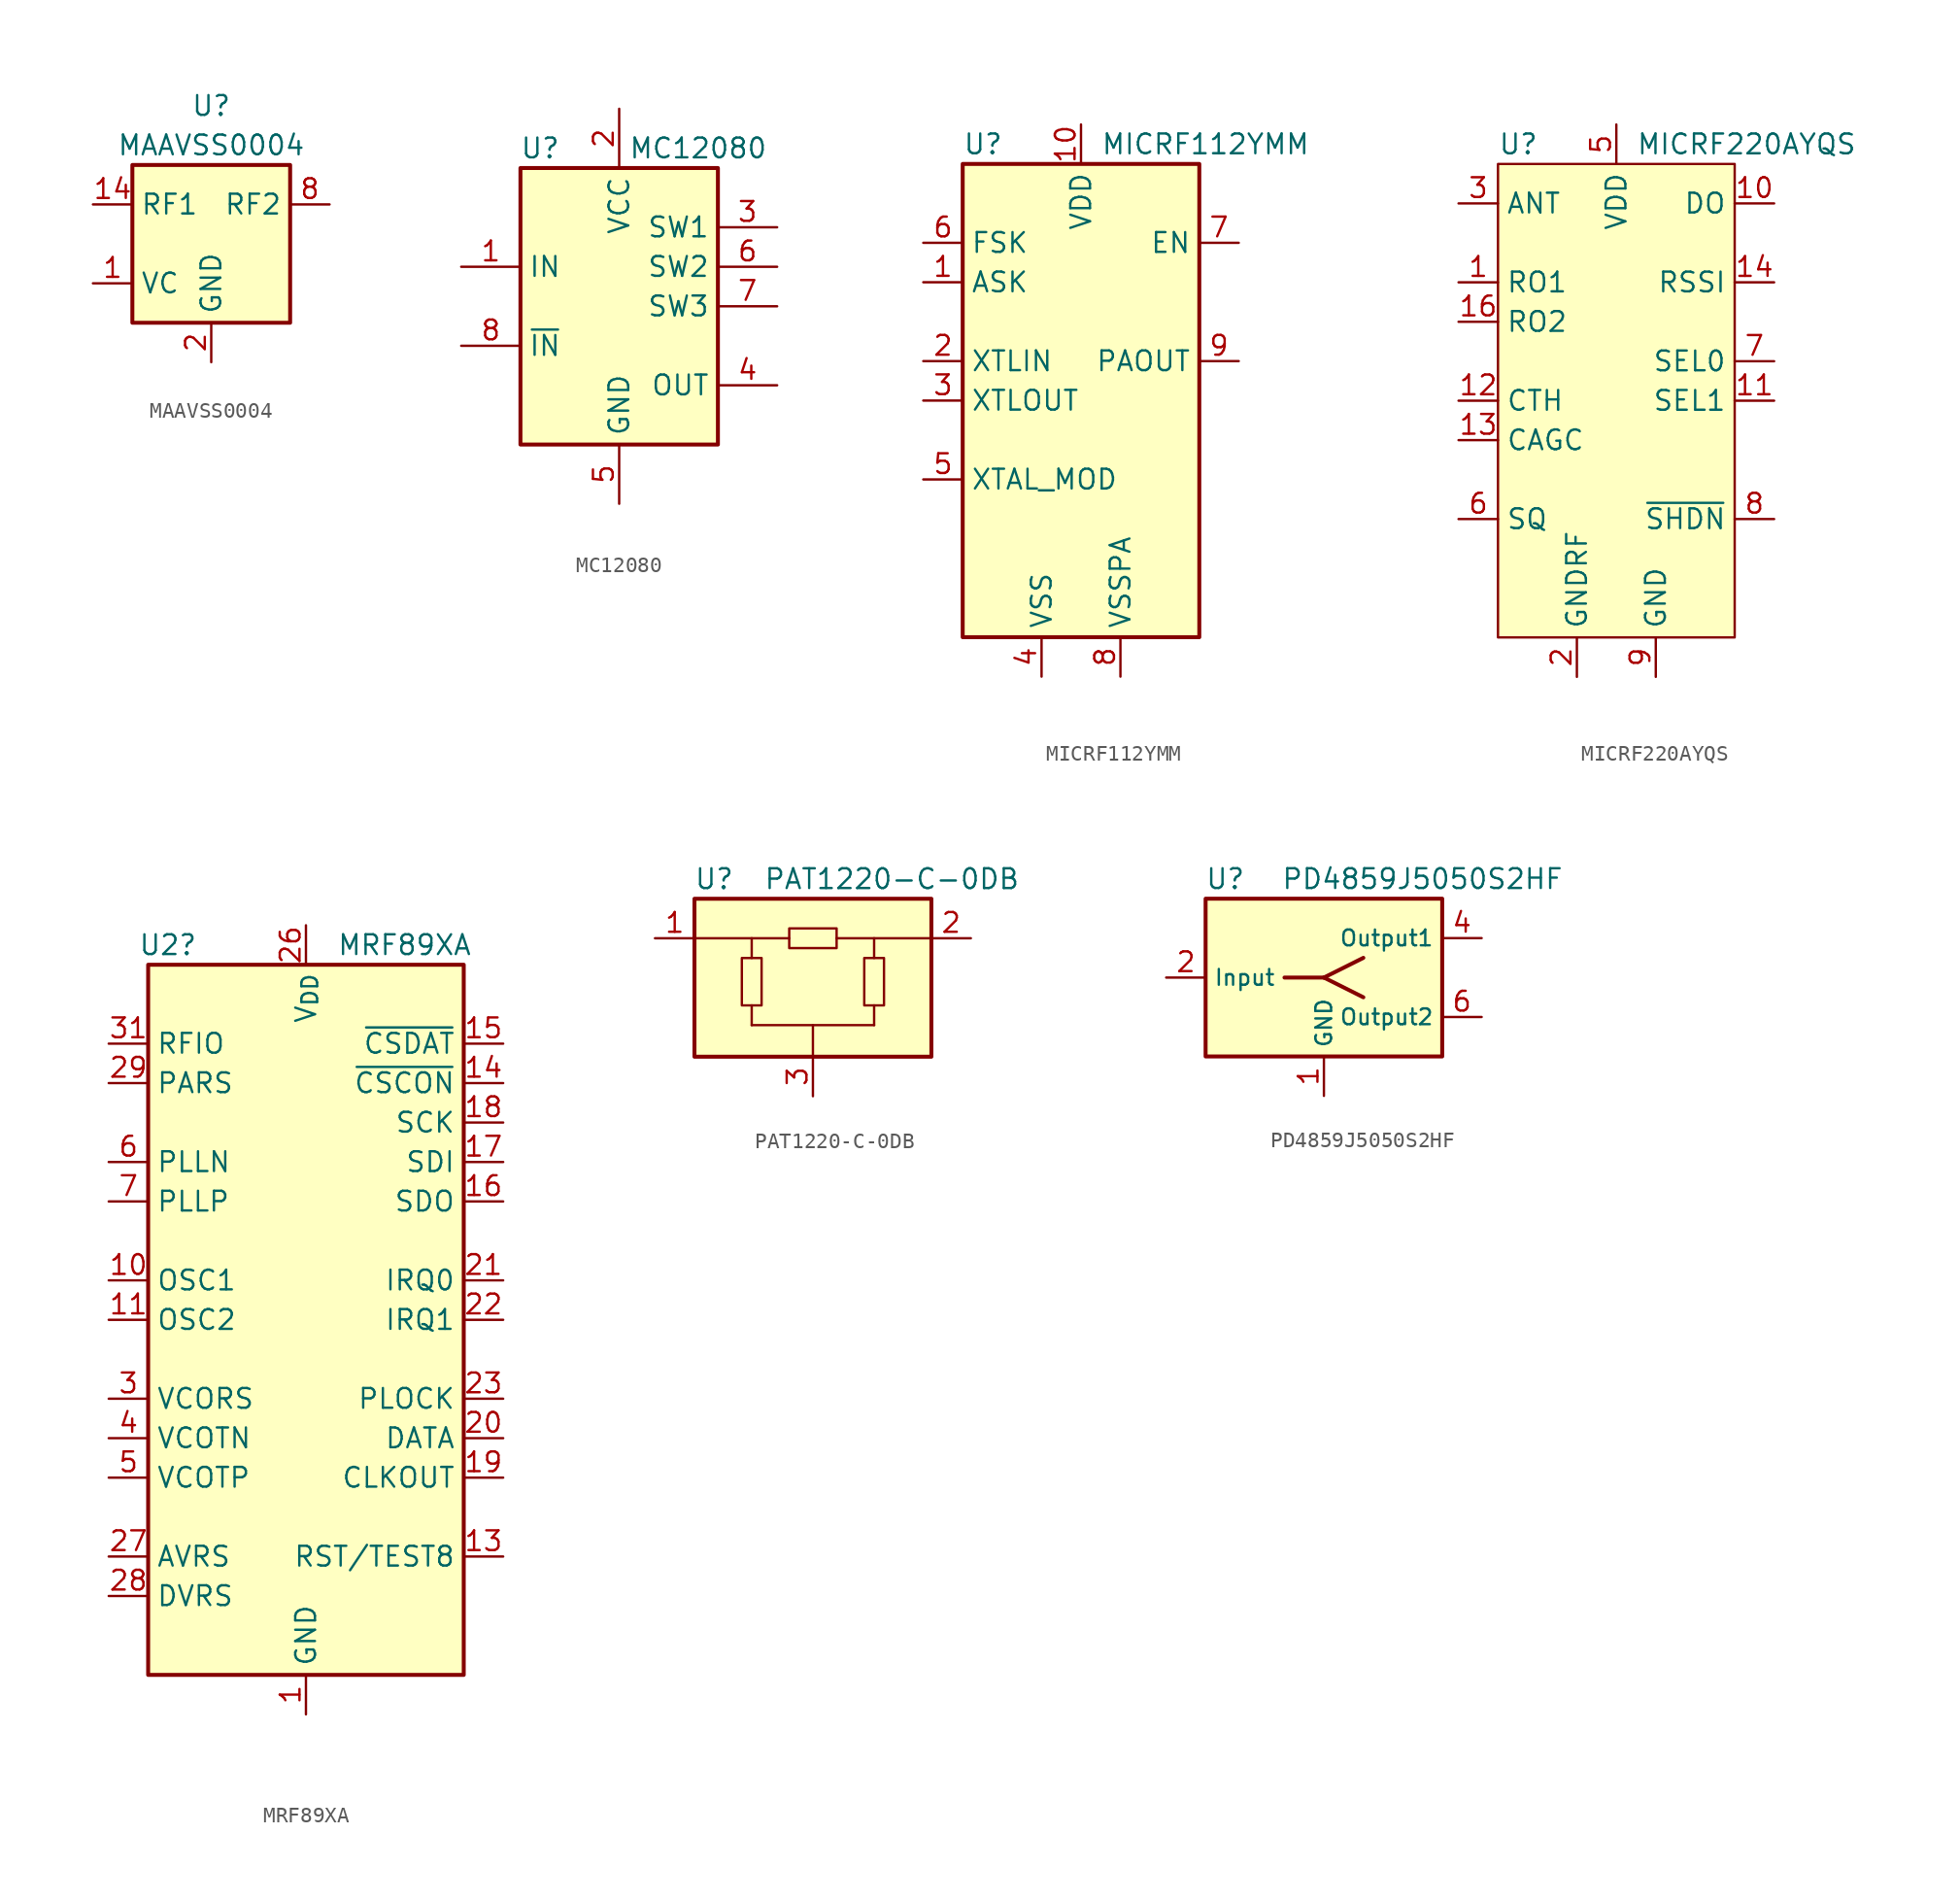
<source format=kicad_sym>
(kicad_symbol_lib
  (version 20241209)
  (generator "kicad_symbol_editor")
  (generator_version "9.0")
  (symbol "MAAVSS0004"
    (property "Reference" "U"
      (at 0 8.89 0)
      (effects (font (size 1.27 1.27))))
    (property "Value" "MAAVSS0004"
      (at 0 6.35 0)
      (effects (font (size 1.27 1.27))))
    (symbol "MAAVSS0004_0_1"
      (rectangle (start -5.08 5.08) (end 5.08 -5.08) (stroke (width 0.254) (type default)) (fill (type background))))
    (symbol "MAAVSS0004_1_1"
      (pin passive line (at -7.62 2.54 0) (length 2.54) (name "RF1" (effects (font (size 1.27 1.27)))) (number "14" (effects (font (size 1.27 1.27)))))
      (pin input line (at -7.62 -2.54 0) (length 2.54) (name "VC" (effects (font (size 1.27 1.27)))) (number "1" (effects (font (size 1.27 1.27)))))
      (pin passive line (at 0 -7.62 90) (length 2.54) (hide yes) (name "GND" (effects (font (size 1.27 1.27)))) (number "10" (effects (font (size 1.27 1.27)))))
      (pin passive line (at 0 -7.62 90) (length 2.54) (hide yes) (name "GND" (effects (font (size 1.27 1.27)))) (number "11" (effects (font (size 1.27 1.27)))))
      (pin passive line (at 0 -7.62 90) (length 2.54) (hide yes) (name "GND" (effects (font (size 1.27 1.27)))) (number "12" (effects (font (size 1.27 1.27)))))
      (pin passive line (at 0 -7.62 90) (length 2.54) (hide yes) (name "GND" (effects (font (size 1.27 1.27)))) (number "13" (effects (font (size 1.27 1.27)))))
      (pin power_in line (at 0 -7.62 90) (length 2.54) (name "GND" (effects (font (size 1.27 1.27)))) (number "2" (effects (font (size 1.27 1.27)))))
      (pin passive line (at 0 -7.62 90) (length 2.54) (hide yes) (name "GND" (effects (font (size 1.27 1.27)))) (number "3" (effects (font (size 1.27 1.27)))))
      (pin passive line (at 0 -7.62 90) (length 2.54) (hide yes) (name "GND" (effects (font (size 1.27 1.27)))) (number "4" (effects (font (size 1.27 1.27)))))
      (pin passive line (at 0 -7.62 90) (length 2.54) (hide yes) (name "GND" (effects (font (size 1.27 1.27)))) (number "5" (effects (font (size 1.27 1.27)))))
      (pin passive line (at 0 -7.62 90) (length 2.54) (hide yes) (name "GND" (effects (font (size 1.27 1.27)))) (number "6" (effects (font (size 1.27 1.27)))))
      (pin passive line (at 0 -7.62 90) (length 2.54) (hide yes) (name "GND" (effects (font (size 1.27 1.27)))) (number "7" (effects (font (size 1.27 1.27)))))
      (pin passive line (at 0 -7.62 90) (length 2.54) (hide yes) (name "GND" (effects (font (size 1.27 1.27)))) (number "9" (effects (font (size 1.27 1.27)))))
      (pin passive line (at 7.62 2.54 180) (length 2.54) (name "RF2" (effects (font (size 1.27 1.27)))) (number "8" (effects (font (size 1.27 1.27)))))))
  (symbol "MC12080"
    (property "Reference" "U"
      (at -5.08 10.16 0)
      (effects (font (size 1.27 1.27))))
    (property "Value" "MC12080"
      (at 5.08 10.16 0)
      (effects (font (size 1.27 1.27))))
    (symbol "MC12080_0_1"
      (rectangle (start -6.35 8.89) (end 6.35 -8.89) (stroke (width 0.254) (type default)) (fill (type background))))
    (symbol "MC12080_1_1"
      (pin input line (at -10.16 2.54 0) (length 3.81) (name "IN" (effects (font (size 1.27 1.27)))) (number "1" (effects (font (size 1.27 1.27)))))
      (pin input line (at -10.16 -2.54 0) (length 3.81) (name "~{IN}" (effects (font (size 1.27 1.27)))) (number "8" (effects (font (size 1.27 1.27)))))
      (pin power_in line (at 0 12.7 270) (length 3.81) (name "VCC" (effects (font (size 1.27 1.27)))) (number "2" (effects (font (size 1.27 1.27)))))
      (pin power_in line (at 0 -12.7 90) (length 3.81) (name "GND" (effects (font (size 1.27 1.27)))) (number "5" (effects (font (size 1.27 1.27)))))
      (pin input line (at 10.16 5.08 180) (length 3.81) (name "SW1" (effects (font (size 1.27 1.27)))) (number "3" (effects (font (size 1.27 1.27)))))
      (pin input line (at 10.16 2.54 180) (length 3.81) (name "SW2" (effects (font (size 1.27 1.27)))) (number "6" (effects (font (size 1.27 1.27)))))
      (pin input line (at 10.16 0 180) (length 3.81) (name "SW3" (effects (font (size 1.27 1.27)))) (number "7" (effects (font (size 1.27 1.27)))))
      (pin output line (at 10.16 -5.08 180) (length 3.81) (name "OUT" (effects (font (size 1.27 1.27)))) (number "4" (effects (font (size 1.27 1.27)))))))
  (symbol "MICRF112YMM"
    (property "Reference" "U"
      (at -7.62 16.51 0)
      (effects (font (size 1.27 1.27)) (justify left)))
    (property "Value" "MICRF112YMM"
      (at 1.27 16.51 0)
      (effects (font (size 1.27 1.27)) (justify left)))
    (symbol "MICRF112YMM_0_1"
      (polyline (pts (xy 7.62 15.24) (xy -7.62 15.24) (xy -7.62 -15.24) (xy 7.62 -15.24) (xy 7.62 15.24)) (stroke (width 0.254) (type default)) (fill (type background))))
    (symbol "MICRF112YMM_1_1"
      (pin input line (at -10.16 10.16 0) (length 2.54) (name "FSK" (effects (font (size 1.27 1.27)))) (number "6" (effects (font (size 1.27 1.27)))))
      (pin input line (at -10.16 7.62 0) (length 2.54) (name "ASK" (effects (font (size 1.27 1.27)))) (number "1" (effects (font (size 1.27 1.27)))))
      (pin input line (at -10.16 2.54 0) (length 2.54) (name "XTLIN" (effects (font (size 1.27 1.27)))) (number "2" (effects (font (size 1.27 1.27)))))
      (pin output line (at -10.16 0 0) (length 2.54) (name "XTLOUT" (effects (font (size 1.27 1.27)))) (number "3" (effects (font (size 1.27 1.27)))))
      (pin passive line (at -10.16 -5.08 0) (length 2.54) (name "XTAL_MOD" (effects (font (size 1.27 1.27)))) (number "5" (effects (font (size 1.27 1.27)))))
      (pin power_in line (at -2.54 -17.78 90) (length 2.54) (name "VSS" (effects (font (size 1.27 1.27)))) (number "4" (effects (font (size 1.27 1.27)))))
      (pin power_in line (at 0 17.78 270) (length 2.54) (name "VDD" (effects (font (size 1.27 1.27)))) (number "10" (effects (font (size 1.27 1.27)))))
      (pin power_in line (at 2.54 -17.78 90) (length 2.54) (name "VSSPA" (effects (font (size 1.27 1.27)))) (number "8" (effects (font (size 1.27 1.27)))))
      (pin input line (at 10.16 10.16 180) (length 2.54) (name "EN" (effects (font (size 1.27 1.27)))) (number "7" (effects (font (size 1.27 1.27)))))
      (pin output line (at 10.16 2.54 180) (length 2.54) (name "PAOUT" (effects (font (size 1.27 1.27)))) (number "9" (effects (font (size 1.27 1.27)))))))
  (symbol "MICRF220AYQS"
    (property "Reference" "U"
      (at -7.62 16.51 0)
      (effects (font (size 1.27 1.27)) (justify left)))
    (property "Value" "MICRF220AYQS"
      (at 1.27 16.51 0)
      (effects (font (size 1.27 1.27)) (justify left)))
    (symbol "MICRF220AYQS_0_1"
      (polyline (pts (xy -7.62 15.24) (xy 7.62 15.24) (xy 7.62 -15.24) (xy -7.62 -15.24) (xy -7.62 15.24)) (stroke (width 0) (type default)) (fill (type background))))
    (symbol "MICRF220AYQS_1_1"
      (pin input line (at -10.16 12.7 0) (length 2.54) (name "ANT" (effects (font (size 1.27 1.27)))) (number "3" (effects (font (size 1.27 1.27)))))
      (pin input line (at -10.16 7.62 0) (length 2.54) (name "RO1" (effects (font (size 1.27 1.27)))) (number "1" (effects (font (size 1.27 1.27)))))
      (pin output line (at -10.16 5.08 0) (length 2.54) (name "RO2" (effects (font (size 1.27 1.27)))) (number "16" (effects (font (size 1.27 1.27)))))
      (pin input line (at -10.16 0 0) (length 2.54) (name "CTH" (effects (font (size 1.27 1.27)))) (number "12" (effects (font (size 1.27 1.27)))))
      (pin input line (at -10.16 -2.54 0) (length 2.54) (name "CAGC" (effects (font (size 1.27 1.27)))) (number "13" (effects (font (size 1.27 1.27)))))
      (pin input line (at -10.16 -7.62 0) (length 2.54) (name "SQ" (effects (font (size 1.27 1.27)))) (number "6" (effects (font (size 1.27 1.27)))))
      (pin power_in line (at -2.54 -17.78 90) (length 2.54) (name "GNDRF" (effects (font (size 1.27 1.27)))) (number "2" (effects (font (size 1.27 1.27)))))
      (pin passive line (at -2.54 -17.78 90) (length 2.54) (hide yes) (name "GNDRF" (effects (font (size 1.27 1.27)))) (number "4" (effects (font (size 1.27 1.27)))))
      (pin power_in line (at 0 17.78 270) (length 2.54) (name "VDD" (effects (font (size 1.27 1.27)))) (number "5" (effects (font (size 1.27 1.27)))))
      (pin power_in line (at 2.54 -17.78 90) (length 2.54) (name "GND" (effects (font (size 1.27 1.27)))) (number "9" (effects (font (size 1.27 1.27)))))
      (pin no_connect line (at 7.62 -5.08 180) (length 2.54) (hide yes) (name "NC" (effects (font (size 1.27 1.27)))) (number "15" (effects (font (size 1.27 1.27)))))
      (pin output line (at 10.16 12.7 180) (length 2.54) (name "DO" (effects (font (size 1.27 1.27)))) (number "10" (effects (font (size 1.27 1.27)))))
      (pin output line (at 10.16 7.62 180) (length 2.54) (name "RSSI" (effects (font (size 1.27 1.27)))) (number "14" (effects (font (size 1.27 1.27)))))
      (pin input line (at 10.16 2.54 180) (length 2.54) (name "SEL0" (effects (font (size 1.27 1.27)))) (number "7" (effects (font (size 1.27 1.27)))))
      (pin input line (at 10.16 0 180) (length 2.54) (name "SEL1" (effects (font (size 1.27 1.27)))) (number "11" (effects (font (size 1.27 1.27)))))
      (pin input line (at 10.16 -7.62 180) (length 2.54) (name "~{SHDN}" (effects (font (size 1.27 1.27)))) (number "8" (effects (font (size 1.27 1.27)))))))
  (symbol "MRF89XA"
    (property "Reference" "U2"
      (at -8.89 24.13 0)
      (effects (font (size 1.27 1.27))))
    (property "Value" "MRF89XA"
      (at 6.35 24.13 0)
      (effects (font (size 1.27 1.27))))
    (symbol "MRF89XA_0_1"
      (rectangle (start -10.16 22.86) (end 10.16 -22.86) (stroke (width 0.254) (type default)) (fill (type background))))
    (symbol "MRF89XA_1_1"
      (pin bidirectional line (at -12.7 17.78 0) (length 2.54) (name "RFIO" (effects (font (size 1.27 1.27)))) (number "31" (effects (font (size 1.27 1.27)))))
      (pin power_out line (at -12.7 15.24 0) (length 2.54) (name "PARS" (effects (font (size 1.27 1.27)))) (number "29" (effects (font (size 1.27 1.27)))))
      (pin passive line (at -12.7 10.16 0) (length 2.54) (name "PLLN" (effects (font (size 1.27 1.27)))) (number "6" (effects (font (size 1.27 1.27)))))
      (pin passive line (at -12.7 7.62 0) (length 2.54) (name "PLLP" (effects (font (size 1.27 1.27)))) (number "7" (effects (font (size 1.27 1.27)))))
      (pin passive line (at -12.7 2.54 0) (length 2.54) (name "OSC1" (effects (font (size 1.27 1.27)))) (number "10" (effects (font (size 1.27 1.27)))))
      (pin passive line (at -12.7 0 0) (length 2.54) (name "OSC2" (effects (font (size 1.27 1.27)))) (number "11" (effects (font (size 1.27 1.27)))))
      (pin power_out line (at -12.7 -5.08 0) (length 2.54) (name "VCORS" (effects (font (size 1.27 1.27)))) (number "3" (effects (font (size 1.27 1.27)))))
      (pin passive line (at -12.7 -7.62 0) (length 2.54) (name "VCOTN" (effects (font (size 1.27 1.27)))) (number "4" (effects (font (size 1.27 1.27)))))
      (pin passive line (at -12.7 -10.16 0) (length 2.54) (name "VCOTP" (effects (font (size 1.27 1.27)))) (number "5" (effects (font (size 1.27 1.27)))))
      (pin power_out line (at -12.7 -15.24 0) (length 2.54) (name "AVRS" (effects (font (size 1.27 1.27)))) (number "27" (effects (font (size 1.27 1.27)))))
      (pin power_out line (at -12.7 -17.78 0) (length 2.54) (name "DVRS" (effects (font (size 1.27 1.27)))) (number "28" (effects (font (size 1.27 1.27)))))
      (pin power_in line (at 0 25.4 270) (length 2.54) (name "V_{DD}" (effects (font (size 1.27 1.27)))) (number "26" (effects (font (size 1.27 1.27)))))
      (pin power_in line (at 0 -25.4 90) (length 2.54) (name "GND" (effects (font (size 1.27 1.27)))) (number "1" (effects (font (size 1.27 1.27)))))
      (pin passive line (at 0 -25.4 90) (length 2.54) (hide yes) (name "GND" (effects (font (size 1.27 1.27)))) (number "12" (effects (font (size 1.27 1.27)))))
      (pin passive line (at 0 -25.4 90) (length 2.54) (hide yes) (name "GND" (effects (font (size 1.27 1.27)))) (number "2" (effects (font (size 1.27 1.27)))))
      (pin passive line (at 0 -25.4 90) (length 2.54) (hide yes) (name "GND" (effects (font (size 1.27 1.27)))) (number "24" (effects (font (size 1.27 1.27)))))
      (pin passive line (at 0 -25.4 90) (length 2.54) (hide yes) (name "GND" (effects (font (size 1.27 1.27)))) (number "25" (effects (font (size 1.27 1.27)))))
      (pin passive line (at 0 -25.4 90) (length 2.54) (hide yes) (name "GND" (effects (font (size 1.27 1.27)))) (number "30" (effects (font (size 1.27 1.27)))))
      (pin passive line (at 0 -25.4 90) (length 2.54) (hide yes) (name "GND" (effects (font (size 1.27 1.27)))) (number "32" (effects (font (size 1.27 1.27)))))
      (pin passive line (at 0 -25.4 90) (length 2.54) (hide yes) (name "GND" (effects (font (size 1.27 1.27)))) (number "33" (effects (font (size 1.27 1.27)))))
      (pin passive line (at 0 -25.4 90) (length 2.54) (hide yes) (name "GND" (effects (font (size 1.27 1.27)))) (number "8" (effects (font (size 1.27 1.27)))))
      (pin passive line (at 0 -25.4 90) (length 2.54) (hide yes) (name "GND" (effects (font (size 1.27 1.27)))) (number "9" (effects (font (size 1.27 1.27)))))
      (pin input line (at 12.7 17.78 180) (length 2.54) (name "~{CSDAT}" (effects (font (size 1.27 1.27)))) (number "15" (effects (font (size 1.27 1.27)))))
      (pin input line (at 12.7 15.24 180) (length 2.54) (name "~{CSCON}" (effects (font (size 1.27 1.27)))) (number "14" (effects (font (size 1.27 1.27)))))
      (pin input line (at 12.7 12.7 180) (length 2.54) (name "SCK" (effects (font (size 1.27 1.27)))) (number "18" (effects (font (size 1.27 1.27)))))
      (pin input line (at 12.7 10.16 180) (length 2.54) (name "SDI" (effects (font (size 1.27 1.27)))) (number "17" (effects (font (size 1.27 1.27)))))
      (pin output line (at 12.7 7.62 180) (length 2.54) (name "SDO" (effects (font (size 1.27 1.27)))) (number "16" (effects (font (size 1.27 1.27)))))
      (pin output line (at 12.7 2.54 180) (length 2.54) (name "IRQ0" (effects (font (size 1.27 1.27)))) (number "21" (effects (font (size 1.27 1.27)))))
      (pin output line (at 12.7 0 180) (length 2.54) (name "IRQ1" (effects (font (size 1.27 1.27)))) (number "22" (effects (font (size 1.27 1.27)))))
      (pin output line (at 12.7 -5.08 180) (length 2.54) (name "PLOCK" (effects (font (size 1.27 1.27)))) (number "23" (effects (font (size 1.27 1.27)))))
      (pin bidirectional line (at 12.7 -7.62 180) (length 2.54) (name "DATA" (effects (font (size 1.27 1.27)))) (number "20" (effects (font (size 1.27 1.27)))))
      (pin output line (at 12.7 -10.16 180) (length 2.54) (name "CLKOUT" (effects (font (size 1.27 1.27)))) (number "19" (effects (font (size 1.27 1.27)))))
      (pin input line (at 12.7 -15.24 180) (length 2.54) (name "RST/TEST8" (effects (font (size 1.27 1.27)))) (number "13" (effects (font (size 1.27 1.27)))))))
  (symbol "PAT1220-C-0DB"
    (property "Reference" "U"
      (at -6.35 6.35 0)
      (effects (font (size 1.27 1.27))))
    (property "Value" "PAT1220-C-0DB"
      (at 5.08 6.35 0)
      (effects (font (size 1.27 1.27))))
    (symbol "PAT1220-C-0DB_0_1"
      (rectangle (start -7.62 5.08) (end 7.62 -5.08) (stroke (width 0.254) (type default)) (fill (type background)))
      (polyline (pts (xy -3.937 1.27) (xy -3.937 2.54)) (stroke (width 0) (type default)) (fill (type none)))
      (polyline (pts (xy -3.937 -3.048) (xy 3.937 -3.048)) (stroke (width 0) (type default)) (fill (type none)))
      (polyline (pts (xy -1.524 2.54) (xy -7.62 2.54)) (stroke (width 0) (type default)) (fill (type none)))
      (polyline (pts (xy 0 -5.08) (xy 0 -3.048)) (stroke (width 0) (type default)) (fill (type none)))
      (polyline (pts (xy 3.937 1.27) (xy 3.937 2.54)) (stroke (width 0) (type default)) (fill (type none)))
      (pin passive line (at 0 -7.62 90) (length 2.54) (name "~" (effects (font (size 1.27 1.27)))) (number "3" (effects (font (size 1.27 1.27))))))
    (symbol "PAT1220-C-0DB_1_1"
      (rectangle (start -4.572 -1.778) (end -3.302 1.27) (stroke (width 0) (type default)) (fill (type none)))
      (polyline (pts (xy -3.937 -3.048) (xy -3.937 -1.778)) (stroke (width 0) (type default)) (fill (type none)))
      (rectangle (start -1.524 3.175) (end 1.524 1.905) (stroke (width 0) (type default)) (fill (type none)))
      (rectangle (start 3.302 -1.778) (end 4.572 1.27) (stroke (width 0) (type default)) (fill (type none)))
      (polyline (pts (xy 3.937 -3.048) (xy 3.937 -1.778)) (stroke (width 0) (type default)) (fill (type none)))
      (polyline (pts (xy 7.62 2.54) (xy 1.524 2.54)) (stroke (width 0) (type default)) (fill (type none)))
      (pin passive line (at -10.16 2.54 0) (length 2.54) (name "~" (effects (font (size 1.27 1.27)))) (number "1" (effects (font (size 1.27 1.27)))))
      (pin passive line (at 10.16 2.54 180) (length 2.54) (name "~" (effects (font (size 1.27 1.27)))) (number "2" (effects (font (size 1.27 1.27)))))))
  (symbol "PD4859J5050S2HF"
    (property "Reference" "U"
      (at -6.35 6.35 0)
      (effects (font (size 1.27 1.27))))
    (property "Value" "PD4859J5050S2HF"
      (at 6.35 6.35 0)
      (effects (font (size 1.27 1.27))))
    (symbol "PD4859J5050S2HF_0_1"
      (rectangle (start -7.62 5.08) (end 7.62 -5.08) (stroke (width 0.254) (type default)) (fill (type background)))
      (polyline (pts (xy -2.54 0) (xy 0 0)) (stroke (width 0.254) (type default)) (fill (type none)))
      (polyline (pts (xy 0 0) (xy 2.54 1.27)) (stroke (width 0.254) (type default)) (fill (type none)))
      (polyline (pts (xy 0 0) (xy 2.54 -1.27)) (stroke (width 0.254) (type default)) (fill (type none))))
    (symbol "PD4859J5050S2HF_1_1"
      (pin input line (at -10.16 0 0) (length 2.54) (name "Input" (effects (font (size 1.016 1.016)))) (number "2" (effects (font (size 1.27 1.27)))))
      (pin power_in line (at 0 -7.62 90) (length 2.54) (name "GND" (effects (font (size 1.016 1.016)))) (number "1" (effects (font (size 1.27 1.27)))))
      (pin passive line (at 0 -7.62 90) (length 2.54) (hide yes) (name "GND" (effects (font (size 1.016 1.016)))) (number "3" (effects (font (size 1.27 1.27)))))
      (pin passive line (at 0 -7.62 90) (length 2.54) (hide yes) (name "GND" (effects (font (size 1.016 1.016)))) (number "5" (effects (font (size 1.27 1.27)))))
      (pin output line (at 10.16 2.54 180) (length 2.54) (name "Output1" (effects (font (size 1.016 1.016)))) (number "4" (effects (font (size 1.27 1.27)))))
      (pin output line (at 10.16 -2.54 180) (length 2.54) (name "Output2" (effects (font (size 1.016 1.016)))) (number "6" (effects (font (size 1.27 1.27))))))))
</source>
